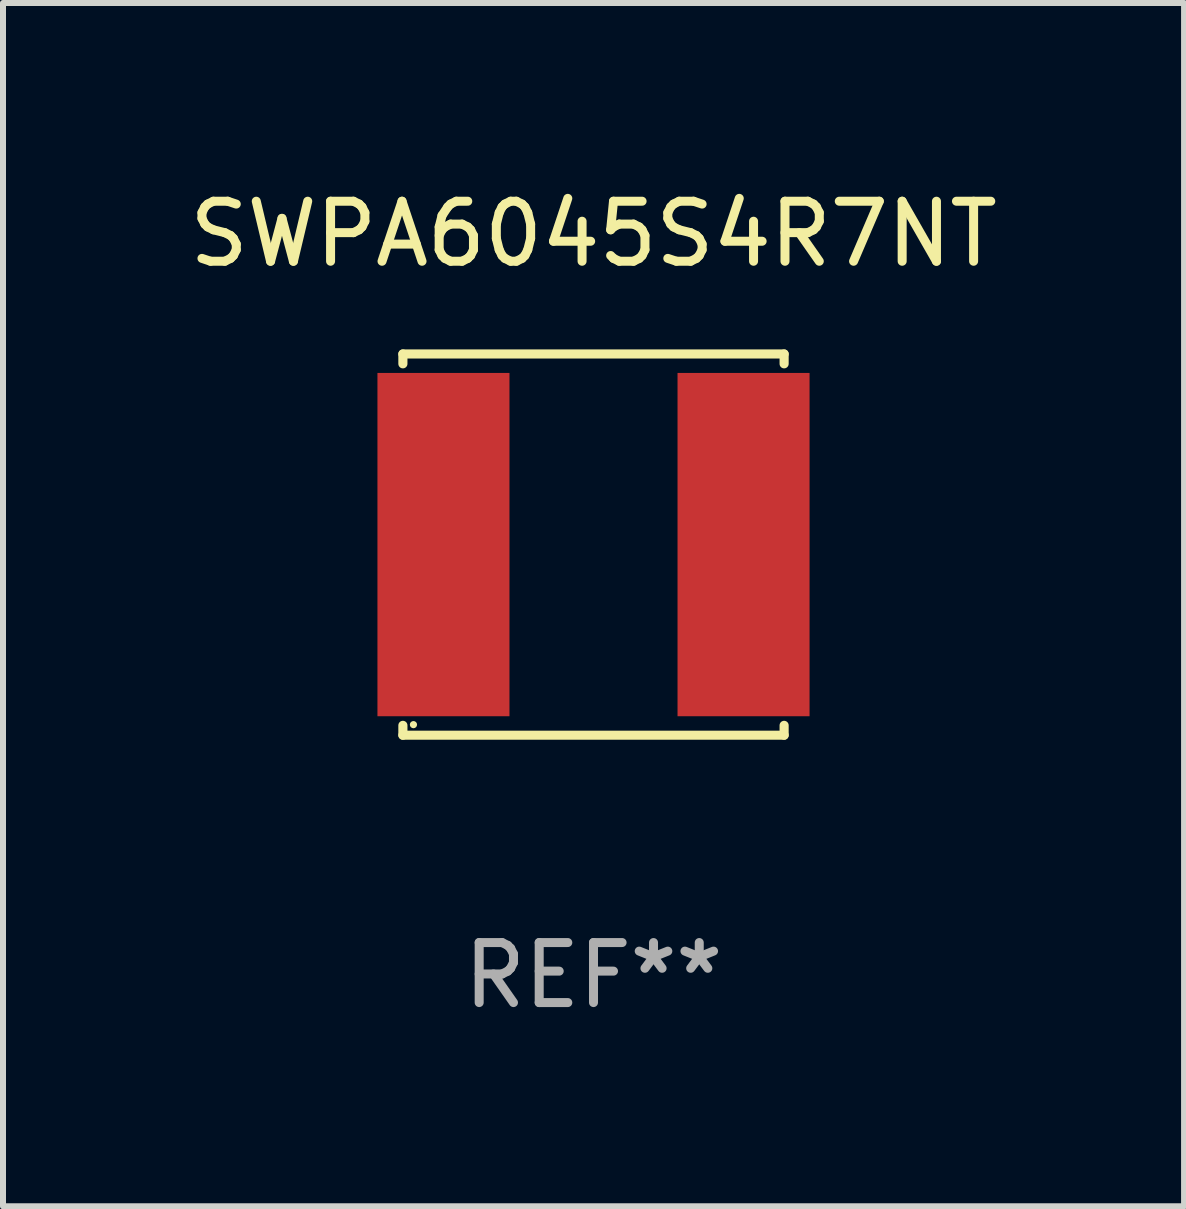
<source format=kicad_pcb>
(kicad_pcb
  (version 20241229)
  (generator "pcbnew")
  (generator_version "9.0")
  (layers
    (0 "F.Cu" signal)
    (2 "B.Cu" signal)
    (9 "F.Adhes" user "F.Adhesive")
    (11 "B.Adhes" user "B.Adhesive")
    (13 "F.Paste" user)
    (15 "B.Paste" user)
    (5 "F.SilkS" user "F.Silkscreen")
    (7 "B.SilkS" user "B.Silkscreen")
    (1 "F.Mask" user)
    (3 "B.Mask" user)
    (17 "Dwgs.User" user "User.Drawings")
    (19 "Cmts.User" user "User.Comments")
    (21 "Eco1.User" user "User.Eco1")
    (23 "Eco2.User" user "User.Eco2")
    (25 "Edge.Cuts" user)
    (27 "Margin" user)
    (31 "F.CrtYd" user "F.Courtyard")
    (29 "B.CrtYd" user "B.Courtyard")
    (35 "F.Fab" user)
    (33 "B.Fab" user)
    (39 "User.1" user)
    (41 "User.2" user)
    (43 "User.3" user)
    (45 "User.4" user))
  (footprint "SWPA6045S4R7NT"
    (layer "F.Cu")
    (at 6.839 6.024)
    (property "Reference" "SWPA6045S4R7NT" (at 0 -5.176 0) (layer "F.SilkS") (effects (font (size 1 1) (thickness 0.15))))
    (attr through_hole)
    (fp_line (start -3.176 -3.176) (end 3.176 -3.176) (stroke (width 0.152) (type solid)) (layer "F.SilkS"))
    (fp_line (start -3.176 -3.012) (end -3.176 -3.176) (stroke (width 0.152) (type solid)) (layer "F.SilkS"))
    (fp_line (start -3.176 3.012) (end -3.176 3.176) (stroke (width 0.152) (type solid)) (layer "F.SilkS"))
    (fp_line (start -3.176 3.176) (end 3.176 3.176) (stroke (width 0.152) (type solid)) (layer "F.SilkS"))
    (fp_line (start 3.176 -3.176) (end 3.176 -3.012) (stroke (width 0.152) (type solid)) (layer "F.SilkS"))
    (fp_line (start 3.176 3.176) (end 3.176 3.012) (stroke (width 0.152) (type solid)) (layer "F.SilkS"))
    (fp_circle (center -3 3) (end -2.97 3) (stroke (width 0.06) (type solid)) (fill no) (layer "F.SilkS"))
    (fp_text user "REF**" (at 0 7.176 0) (layer "F.Fab") (effects (font (size 1 1) (thickness 0.15))))
    (pad "1" smd rect (at -2.5 0) (size 2.2 5.72) (layers "F.Cu" "F.Mask" "F.Paste"))
    (pad "2" smd rect (at 2.5 0) (size 2.2 5.72) (layers "F.Cu" "F.Mask" "F.Paste")))
  (gr_rect
    (start -3 -3)
    (end 16.679 17.049)
    (stroke (width 0.1) (type default))
    (fill no)
    (layer "Edge.Cuts")))
</source>
